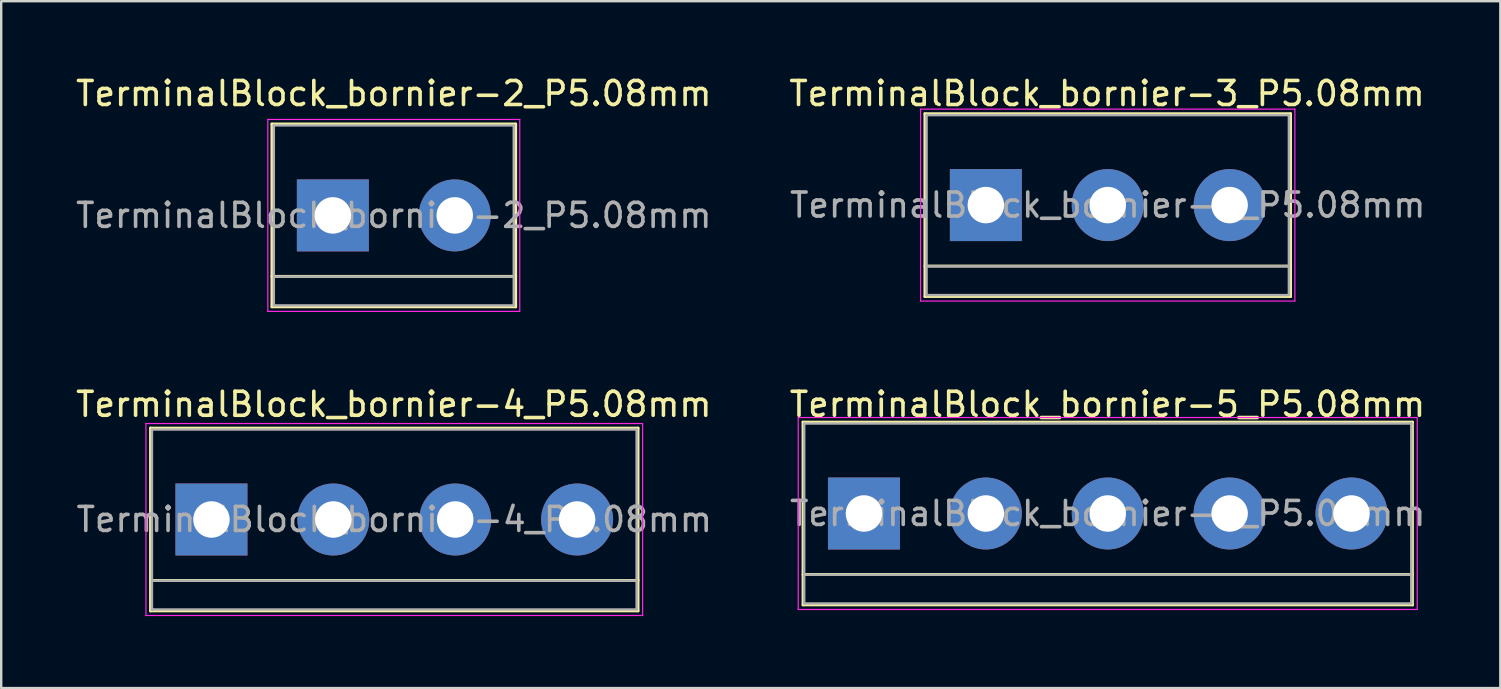
<source format=kicad_pcb>
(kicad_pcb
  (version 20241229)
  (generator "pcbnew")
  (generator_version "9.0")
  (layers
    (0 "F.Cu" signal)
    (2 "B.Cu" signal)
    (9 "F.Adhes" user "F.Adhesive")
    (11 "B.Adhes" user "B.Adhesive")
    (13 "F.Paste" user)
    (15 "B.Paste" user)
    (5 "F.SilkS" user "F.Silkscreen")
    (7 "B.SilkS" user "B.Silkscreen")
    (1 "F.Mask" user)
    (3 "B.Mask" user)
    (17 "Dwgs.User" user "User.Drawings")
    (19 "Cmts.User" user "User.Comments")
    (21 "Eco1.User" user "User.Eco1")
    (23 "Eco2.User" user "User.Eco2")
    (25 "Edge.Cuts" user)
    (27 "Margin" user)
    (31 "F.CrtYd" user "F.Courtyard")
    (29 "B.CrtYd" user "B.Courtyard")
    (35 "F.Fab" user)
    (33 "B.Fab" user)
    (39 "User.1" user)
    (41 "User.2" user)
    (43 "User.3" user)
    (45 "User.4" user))
  (footprint "TerminalBlock_bornier-3_P5.08mm"
    (layer "F.Cu")
    (at 38.039 5.498)
    (property "Reference" "TerminalBlock_bornier-3_P5.08mm" (at 5.05 -4.65 0) (layer "F.SilkS") (effects (font (size 1 1) (thickness 0.15))))
    (attr through_hole)
    (fp_line (start -2.54 -3.81) (end 12.7 -3.81) (stroke (width 0.12) (type solid)) (layer "F.SilkS"))
    (fp_line (start -2.54 2.54) (end 12.7 2.54) (stroke (width 0.12) (type solid)) (layer "F.SilkS"))
    (fp_line (start -2.54 3.81) (end -2.54 -3.81) (stroke (width 0.12) (type solid)) (layer "F.SilkS"))
    (fp_line (start -2.54 3.81) (end 12.7 3.81) (stroke (width 0.12) (type solid)) (layer "F.SilkS"))
    (fp_line (start 12.7 3.81) (end 12.7 -3.81) (stroke (width 0.12) (type solid)) (layer "F.SilkS"))
    (fp_line (start -2.72 -4) (end -2.72 4) (stroke (width 0.05) (type solid)) (layer "F.CrtYd"))
    (fp_line (start -2.72 -4) (end 12.88 -4) (stroke (width 0.05) (type solid)) (layer "F.CrtYd"))
    (fp_line (start 12.88 4) (end -2.72 4) (stroke (width 0.05) (type solid)) (layer "F.CrtYd"))
    (fp_line (start 12.88 4) (end 12.88 -4) (stroke (width 0.05) (type solid)) (layer "F.CrtYd"))
    (fp_line (start -2.47 -3.75) (end 12.63 -3.75) (stroke (width 0.1) (type solid)) (layer "F.Fab"))
    (fp_line (start -2.47 2.55) (end 12.63 2.55) (stroke (width 0.1) (type solid)) (layer "F.Fab"))
    (fp_line (start -2.47 3.75) (end -2.47 -3.75) (stroke (width 0.1) (type solid)) (layer "F.Fab"))
    (fp_line (start 12.63 -3.75) (end 12.63 3.75) (stroke (width 0.1) (type solid)) (layer "F.Fab"))
    (fp_line (start 12.63 3.75) (end -2.47 3.75) (stroke (width 0.1) (type solid)) (layer "F.Fab"))
    (fp_text user "${REFERENCE}" (at 5.08 0 0) (layer "F.Fab") (effects (font (size 1 1) (thickness 0.15))))
    (pad "1" thru_hole rect (at 0 0) (size 3 3) (drill 1.52) (layers "*.Cu" "*.Mask"))
    (pad "2" thru_hole circle (at 5.08 0) (size 3 3) (drill 1.52) (layers "*.Cu" "*.Mask"))
    (pad "3" thru_hole circle (at 10.16 0) (size 3 3) (drill 1.52) (layers "*.Cu" "*.Mask")))
  (footprint "TerminalBlock_bornier-5_P5.08mm"
    (layer "F.Cu")
    (at 32.959 18.352)
    (property "Reference" "TerminalBlock_bornier-5_P5.08mm" (at 10.15 -4.55 0) (layer "F.SilkS") (effects (font (size 1 1) (thickness 0.15))))
    (attr through_hole)
    (fp_line (start -2.54 -3.81) (end -2.54 3.81) (stroke (width 0.12) (type solid)) (layer "F.SilkS"))
    (fp_line (start -2.54 -3.81) (end 22.86 -3.81) (stroke (width 0.12) (type solid)) (layer "F.SilkS"))
    (fp_line (start -2.54 2.54) (end 22.86 2.54) (stroke (width 0.12) (type solid)) (layer "F.SilkS"))
    (fp_line (start -2.54 3.81) (end 22.86 3.81) (stroke (width 0.12) (type solid)) (layer "F.SilkS"))
    (fp_line (start 22.86 -3.81) (end 22.86 3.81) (stroke (width 0.12) (type solid)) (layer "F.SilkS"))
    (fp_line (start -2.74 -4) (end -2.74 4) (stroke (width 0.05) (type solid)) (layer "F.CrtYd"))
    (fp_line (start -2.74 -4) (end 23.06 -4) (stroke (width 0.05) (type solid)) (layer "F.CrtYd"))
    (fp_line (start 23.06 4) (end -2.74 4) (stroke (width 0.05) (type solid)) (layer "F.CrtYd"))
    (fp_line (start 23.06 4) (end 23.06 -4) (stroke (width 0.05) (type solid)) (layer "F.CrtYd"))
    (fp_line (start -2.49 -3.75) (end -2.49 3.75) (stroke (width 0.1) (type solid)) (layer "F.Fab"))
    (fp_line (start -2.49 2.55) (end 22.81 2.55) (stroke (width 0.1) (type solid)) (layer "F.Fab"))
    (fp_line (start -2.49 3.75) (end 22.81 3.75) (stroke (width 0.1) (type solid)) (layer "F.Fab"))
    (fp_line (start 22.81 -3.75) (end -2.49 -3.75) (stroke (width 0.1) (type solid)) (layer "F.Fab"))
    (fp_line (start 22.81 3.75) (end 22.81 -3.75) (stroke (width 0.1) (type solid)) (layer "F.Fab"))
    (fp_text user "${REFERENCE}" (at 10.16 0 0) (layer "F.Fab") (effects (font (size 1 1) (thickness 0.15))))
    (pad "1" thru_hole rect (at 0 0) (size 3 3) (drill 1.52) (layers "*.Cu" "*.Mask"))
    (pad "2" thru_hole circle (at 5.08 0) (size 3 3) (drill 1.52) (layers "*.Cu" "*.Mask"))
    (pad "3" thru_hole circle (at 10.16 0) (size 3 3) (drill 1.52) (layers "*.Cu" "*.Mask"))
    (pad "4" thru_hole circle (at 15.24 0) (size 3 3) (drill 1.52) (layers "*.Cu" "*.Mask"))
    (pad "5" thru_hole circle (at 20.32 0) (size 3 3) (drill 1.52) (layers "*.Cu" "*.Mask")))
  (footprint "TerminalBlock_bornier-2_P5.08mm"
    (layer "F.Cu")
    (at 10.823 5.928)
    (property "Reference" "TerminalBlock_bornier-2_P5.08mm" (at 2.54 -5.08 0) (layer "F.SilkS") (effects (font (size 1 1) (thickness 0.15))))
    (attr through_hole)
    (fp_line (start -2.54 -3.81) (end -2.54 3.81) (stroke (width 0.12) (type solid)) (layer "F.SilkS"))
    (fp_line (start -2.54 3.81) (end 7.62 3.81) (stroke (width 0.12) (type solid)) (layer "F.SilkS"))
    (fp_line (start 7.62 -3.81) (end -2.54 -3.81) (stroke (width 0.12) (type solid)) (layer "F.SilkS"))
    (fp_line (start 7.62 2.54) (end -2.54 2.54) (stroke (width 0.12) (type solid)) (layer "F.SilkS"))
    (fp_line (start 7.62 3.81) (end 7.62 -3.81) (stroke (width 0.12) (type solid)) (layer "F.SilkS"))
    (fp_line (start -2.71 -4) (end -2.71 4) (stroke (width 0.05) (type solid)) (layer "F.CrtYd"))
    (fp_line (start -2.71 -4) (end 7.79 -4) (stroke (width 0.05) (type solid)) (layer "F.CrtYd"))
    (fp_line (start 7.79 4) (end -2.71 4) (stroke (width 0.05) (type solid)) (layer "F.CrtYd"))
    (fp_line (start 7.79 4) (end 7.79 -4) (stroke (width 0.05) (type solid)) (layer "F.CrtYd"))
    (fp_line (start -2.46 -3.75) (end -2.46 3.75) (stroke (width 0.1) (type solid)) (layer "F.Fab"))
    (fp_line (start -2.46 3.75) (end 7.54 3.75) (stroke (width 0.1) (type solid)) (layer "F.Fab"))
    (fp_line (start -2.41 2.55) (end 7.49 2.55) (stroke (width 0.1) (type solid)) (layer "F.Fab"))
    (fp_line (start 7.54 -3.75) (end -2.46 -3.75) (stroke (width 0.1) (type solid)) (layer "F.Fab"))
    (fp_line (start 7.54 3.75) (end 7.54 -3.75) (stroke (width 0.1) (type solid)) (layer "F.Fab"))
    (fp_text user "${REFERENCE}" (at 2.54 0 0) (layer "F.Fab") (effects (font (size 1 1) (thickness 0.15))))
    (pad "1" thru_hole rect (at 0 0) (size 3 3) (drill 1.52) (layers "*.Cu" "*.Mask"))
    (pad "2" thru_hole circle (at 5.08 0) (size 3 3) (drill 1.52) (layers "*.Cu" "*.Mask")))
  (footprint "TerminalBlock_bornier-4_P5.08mm"
    (layer "F.Cu")
    (at 5.763 18.602)
    (property "Reference" "TerminalBlock_bornier-4_P5.08mm" (at 7.6 -4.8 0) (layer "F.SilkS") (effects (font (size 1 1) (thickness 0.15))))
    (attr through_hole)
    (fp_line (start -2.54 -3.81) (end -2.54 3.81) (stroke (width 0.12) (type solid)) (layer "F.SilkS"))
    (fp_line (start -2.54 -3.81) (end 17.78 -3.81) (stroke (width 0.12) (type solid)) (layer "F.SilkS"))
    (fp_line (start -2.54 3.81) (end 17.78 3.81) (stroke (width 0.12) (type solid)) (layer "F.SilkS"))
    (fp_line (start 17.78 2.54) (end -2.54 2.54) (stroke (width 0.12) (type solid)) (layer "F.SilkS"))
    (fp_line (start 17.78 3.81) (end 17.78 -3.81) (stroke (width 0.12) (type solid)) (layer "F.SilkS"))
    (fp_line (start -2.73 -4) (end -2.73 4) (stroke (width 0.05) (type solid)) (layer "F.CrtYd"))
    (fp_line (start -2.73 -4) (end 17.97 -4) (stroke (width 0.05) (type solid)) (layer "F.CrtYd"))
    (fp_line (start 17.97 4) (end -2.73 4) (stroke (width 0.05) (type solid)) (layer "F.CrtYd"))
    (fp_line (start 17.97 4) (end 17.97 -4) (stroke (width 0.05) (type solid)) (layer "F.CrtYd"))
    (fp_line (start -2.48 -3.75) (end 17.72 -3.75) (stroke (width 0.1) (type solid)) (layer "F.Fab"))
    (fp_line (start -2.48 2.55) (end 17.72 2.55) (stroke (width 0.1) (type solid)) (layer "F.Fab"))
    (fp_line (start -2.48 3.75) (end -2.48 -3.75) (stroke (width 0.1) (type solid)) (layer "F.Fab"))
    (fp_line (start -2.43 3.75) (end -2.48 3.75) (stroke (width 0.1) (type solid)) (layer "F.Fab"))
    (fp_line (start 17.72 -3.75) (end 17.72 3.75) (stroke (width 0.1) (type solid)) (layer "F.Fab"))
    (fp_line (start 17.72 3.75) (end -2.43 3.75) (stroke (width 0.1) (type solid)) (layer "F.Fab"))
    (fp_text user "${REFERENCE}" (at 7.62 0 0) (layer "F.Fab") (effects (font (size 1 1) (thickness 0.15))))
    (pad "1" thru_hole rect (at 0 0) (size 3 3) (drill 1.52) (layers "*.Cu" "*.Mask"))
    (pad "2" thru_hole circle (at 5.08 0) (size 3 3) (drill 1.52) (layers "*.Cu" "*.Mask"))
    (pad "3" thru_hole circle (at 10.16 0) (size 3 3) (drill 1.52) (layers "*.Cu" "*.Mask"))
    (pad "4" thru_hole circle (at 15.24 0) (size 3 3) (drill 1.52) (layers "*.Cu" "*.Mask")))
  (gr_rect
    (start -3 -3)
    (end 59.482 25.627)
    (stroke (width 0.1) (type default))
    (fill no)
    (layer "Edge.Cuts")))
</source>
